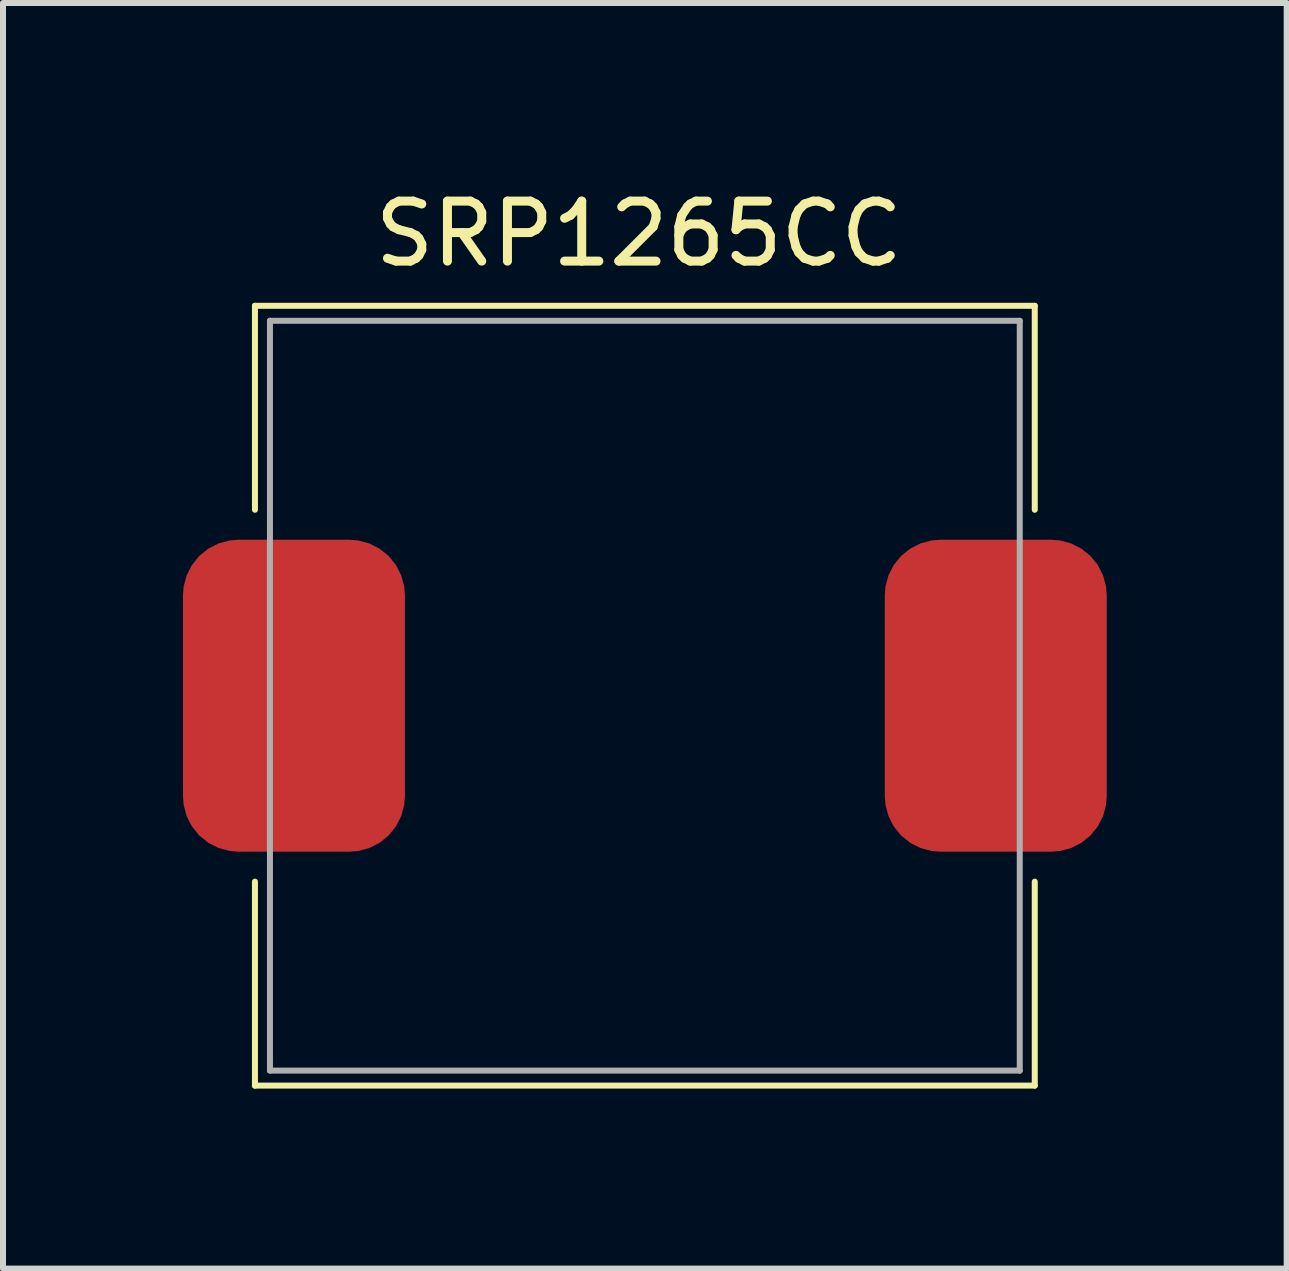
<source format=kicad_pcb>
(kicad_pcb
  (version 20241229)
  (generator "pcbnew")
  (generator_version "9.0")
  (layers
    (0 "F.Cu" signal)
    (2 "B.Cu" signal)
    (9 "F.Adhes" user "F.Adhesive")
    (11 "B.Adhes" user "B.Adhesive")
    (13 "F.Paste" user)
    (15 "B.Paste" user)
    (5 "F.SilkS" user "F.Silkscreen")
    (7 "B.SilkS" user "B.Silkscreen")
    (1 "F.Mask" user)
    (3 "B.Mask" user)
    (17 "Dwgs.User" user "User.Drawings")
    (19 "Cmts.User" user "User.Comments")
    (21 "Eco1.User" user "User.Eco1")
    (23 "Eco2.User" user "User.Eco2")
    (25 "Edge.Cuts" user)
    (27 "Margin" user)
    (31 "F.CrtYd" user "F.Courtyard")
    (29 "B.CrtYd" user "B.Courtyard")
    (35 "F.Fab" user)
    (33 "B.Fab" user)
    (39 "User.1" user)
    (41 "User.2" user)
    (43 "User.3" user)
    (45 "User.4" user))
  (footprint "SRP1265CC"
    (layer "F.Cu")
    (at 7.7 8.548)
    (property "Reference" "SRP1265CC" (at -0.1 -7.7 0) (unlocked yes) (layer "F.SilkS") (effects (font (size 1 1) (thickness 0.15))))
    (attr smd)
    (fp_line (start -6.5 -3.1) (end -6.5 -6.5) (stroke (width 0.1) (type default)) (layer "F.SilkS"))
    (fp_line (start -6.5 6.5) (end -6.5 3.1) (stroke (width 0.1) (type default)) (layer "F.SilkS"))
    (fp_line (start 6.5 -6.5) (end -6.5 -6.5) (stroke (width 0.1) (type default)) (layer "F.SilkS"))
    (fp_line (start 6.5 -3.1) (end 6.5 -6.5) (stroke (width 0.1) (type default)) (layer "F.SilkS"))
    (fp_line (start 6.5 6.5) (end -6.5 6.5) (stroke (width 0.1) (type default)) (layer "F.SilkS"))
    (fp_line (start 6.5 6.5) (end 6.5 3.1) (stroke (width 0.1) (type default)) (layer "F.SilkS"))
    (fp_line (start -6.25 -6.25) (end -6.25 6.25) (stroke (width 0.1) (type default)) (layer "F.Fab"))
    (fp_line (start -6.25 -6.25) (end 6.25 -6.25) (stroke (width 0.1) (type default)) (layer "F.Fab"))
    (fp_line (start -6.25 6.25) (end 6.25 6.25) (stroke (width 0.1) (type default)) (layer "F.Fab"))
    (fp_line (start 6.25 -6.25) (end 6.25 6.25) (stroke (width 0.1) (type default)) (layer "F.Fab"))
    (pad "1" smd roundrect (at -5.85 0) (size 3.7 5.2) (layers "F.Cu" "F.Mask" "F.Paste") (roundrect_rratio 0.25))
    (pad "2" smd roundrect (at 5.85 0) (size 3.7 5.2) (layers "F.Cu" "F.Mask" "F.Paste") (roundrect_rratio 0.25)))
  (gr_rect
    (start -3 -3)
    (end 18.4 18.098)
    (stroke (width 0.1) (type default))
    (fill no)
    (layer "Edge.Cuts")))
</source>
